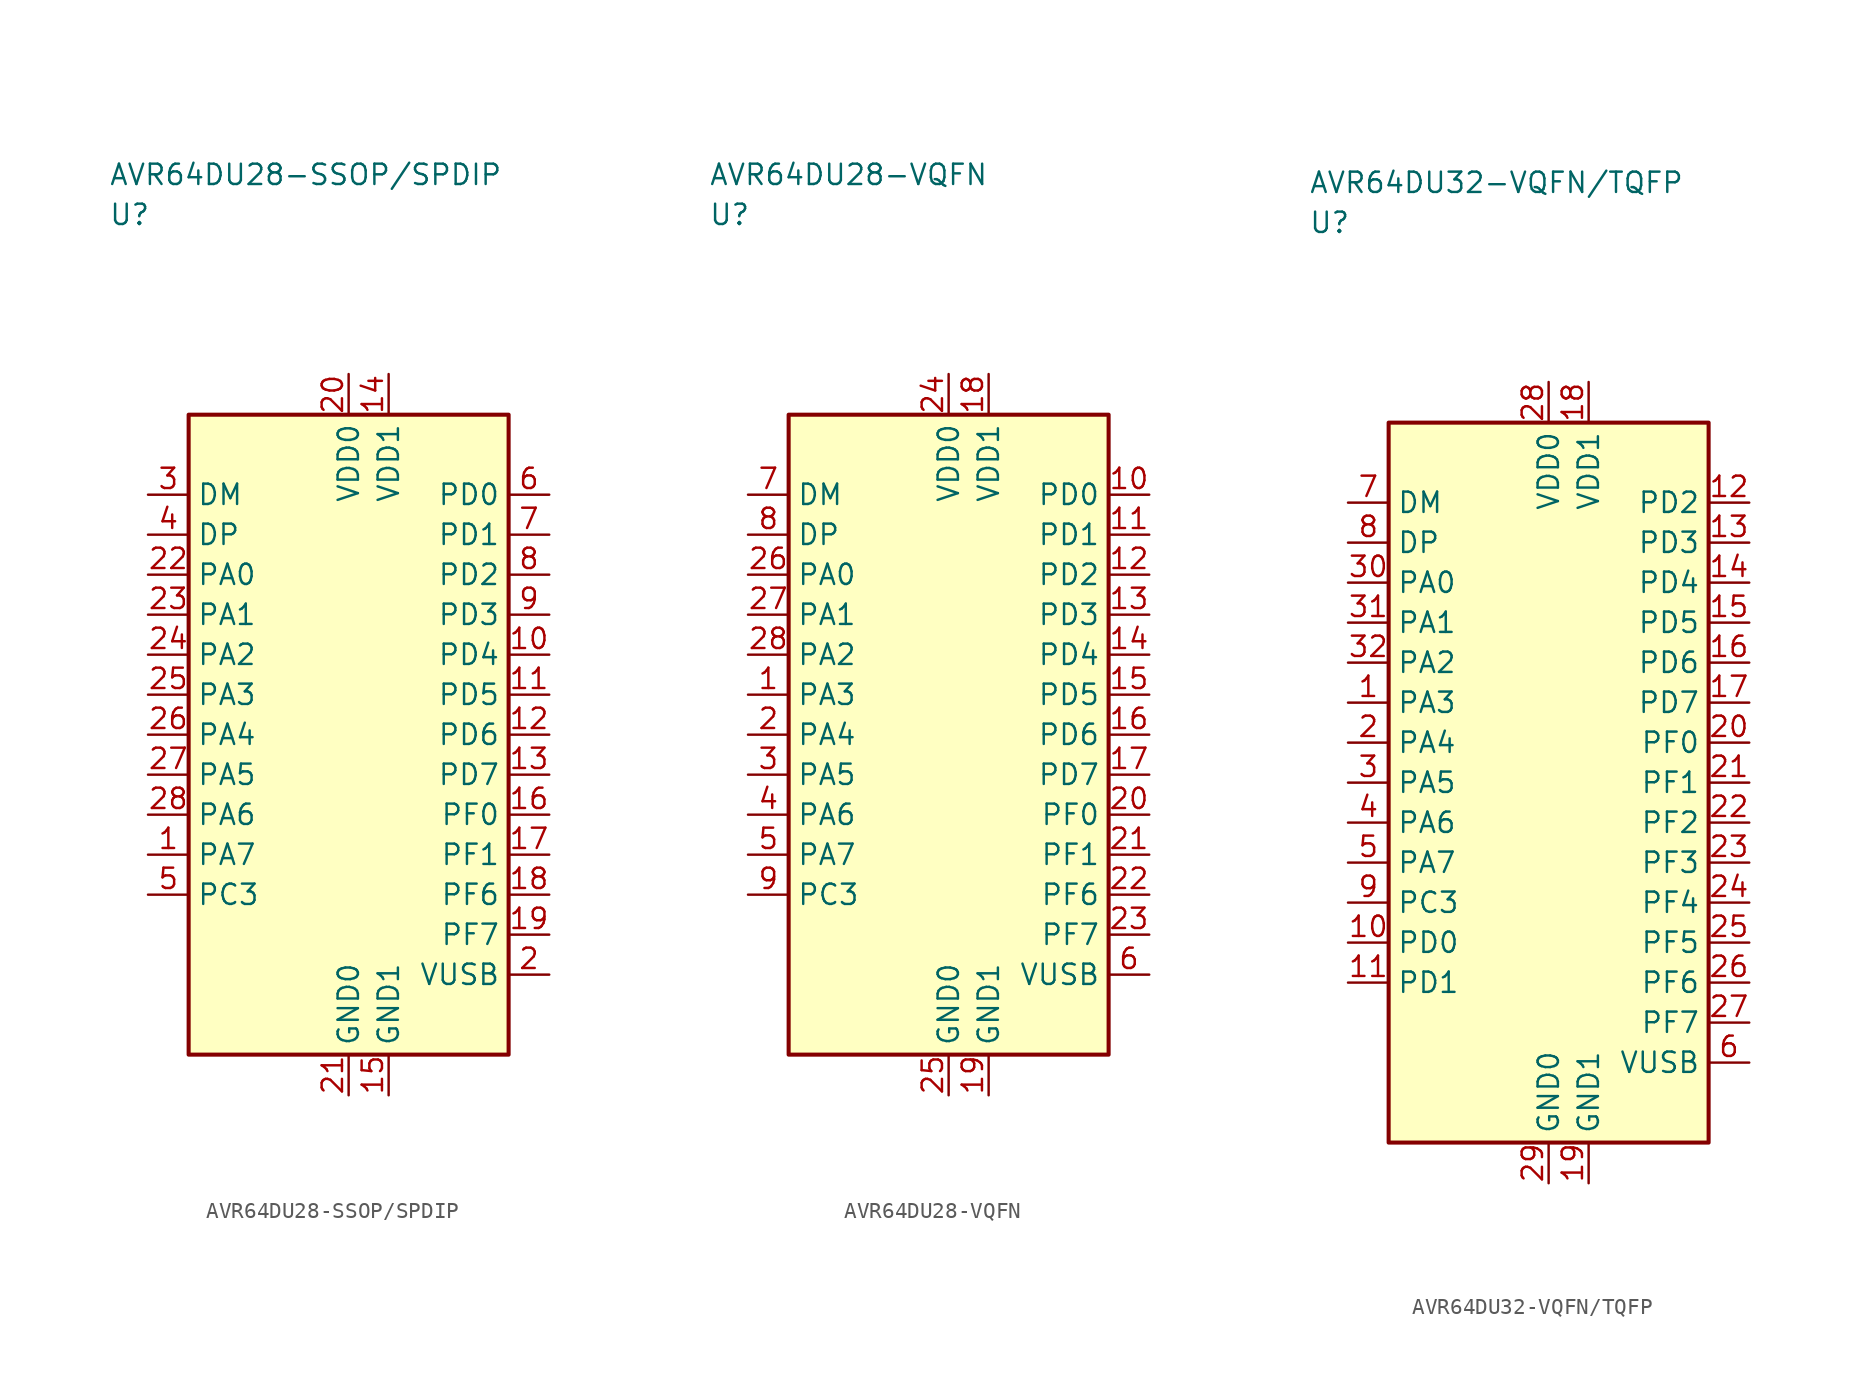
<source format=kicad_sym>
(kicad_symbol_lib
  (version 20241025)
  (generator "kicad_symbol_editor")
  (generator_version "8.0")
  (symbol "AVR64DU28-SSOP/SPDIP"
    (property "Reference" "U"
      (at -15.0 32.5 0)
      (effects (font (size 1.27 1.27)) (justify left)))
    (property "Value" "AVR64DU28-SSOP/SPDIP"
      (at -15.0 35.0 0)
      (effects (font (size 1.27 1.27)) (justify left)))
    (symbol "AVR64DU28-SSOP/SPDIP_0_1"
      (rectangle (start -10.0 20.0) (end 10.0 -20.0) (stroke (width 0.254) (type default)) (fill (type background))))
    (symbol "AVR64DU28-SSOP/SPDIP_1_1"
      (pin bidirectional line (at -12.54 -7.5 0.0) (length 2.54) (name "PA7" (effects (font (size 1.27 1.27)))) (number "1" (effects (font (size 1.27 1.27)))))
      (pin bidirectional line (at 12.54 -15.0 180.0) (length 2.54) (name "VUSB" (effects (font (size 1.27 1.27)))) (number "2" (effects (font (size 1.27 1.27)))))
      (pin bidirectional line (at -12.54 15.0 0.0) (length 2.54) (name "DM" (effects (font (size 1.27 1.27)))) (number "3" (effects (font (size 1.27 1.27)))))
      (pin bidirectional line (at -12.54 12.5 0.0) (length 2.54) (name "DP" (effects (font (size 1.27 1.27)))) (number "4" (effects (font (size 1.27 1.27)))))
      (pin bidirectional line (at -12.54 -10.0 0.0) (length 2.54) (name "PC3" (effects (font (size 1.27 1.27)))) (number "5" (effects (font (size 1.27 1.27)))))
      (pin bidirectional line (at 12.54 15.0 180.0) (length 2.54) (name "PD0" (effects (font (size 1.27 1.27)))) (number "6" (effects (font (size 1.27 1.27)))))
      (pin bidirectional line (at 12.54 12.5 180.0) (length 2.54) (name "PD1" (effects (font (size 1.27 1.27)))) (number "7" (effects (font (size 1.27 1.27)))))
      (pin bidirectional line (at 12.54 10.0 180.0) (length 2.54) (name "PD2" (effects (font (size 1.27 1.27)))) (number "8" (effects (font (size 1.27 1.27)))))
      (pin bidirectional line (at 12.54 7.5 180.0) (length 2.54) (name "PD3" (effects (font (size 1.27 1.27)))) (number "9" (effects (font (size 1.27 1.27)))))
      (pin bidirectional line (at 12.54 5.0 180.0) (length 2.54) (name "PD4" (effects (font (size 1.27 1.27)))) (number "10" (effects (font (size 1.27 1.27)))))
      (pin bidirectional line (at 12.54 2.5 180.0) (length 2.54) (name "PD5" (effects (font (size 1.27 1.27)))) (number "11" (effects (font (size 1.27 1.27)))))
      (pin bidirectional line (at 12.54 0.0 180.0) (length 2.54) (name "PD6" (effects (font (size 1.27 1.27)))) (number "12" (effects (font (size 1.27 1.27)))))
      (pin bidirectional line (at 12.54 -2.5 180.0) (length 2.54) (name "PD7" (effects (font (size 1.27 1.27)))) (number "13" (effects (font (size 1.27 1.27)))))
      (pin power_in line (at 2.5 22.54 270.0) (length 2.54) (name "VDD1" (effects (font (size 1.27 1.27)))) (number "14" (effects (font (size 1.27 1.27)))))
      (pin passive line (at 2.5 -22.54 90.0) (length 2.54) (name "GND1" (effects (font (size 1.27 1.27)))) (number "15" (effects (font (size 1.27 1.27)))))
      (pin bidirectional line (at 12.54 -5.0 180.0) (length 2.54) (name "PF0" (effects (font (size 1.27 1.27)))) (number "16" (effects (font (size 1.27 1.27)))))
      (pin bidirectional line (at 12.54 -7.5 180.0) (length 2.54) (name "PF1" (effects (font (size 1.27 1.27)))) (number "17" (effects (font (size 1.27 1.27)))))
      (pin bidirectional line (at 12.54 -10.0 180.0) (length 2.54) (name "PF6" (effects (font (size 1.27 1.27)))) (number "18" (effects (font (size 1.27 1.27)))))
      (pin bidirectional line (at 12.54 -12.5 180.0) (length 2.54) (name "PF7" (effects (font (size 1.27 1.27)))) (number "19" (effects (font (size 1.27 1.27)))))
      (pin power_in line (at 0.0 22.54 270.0) (length 2.54) (name "VDD0" (effects (font (size 1.27 1.27)))) (number "20" (effects (font (size 1.27 1.27)))))
      (pin passive line (at 0.0 -22.54 90.0) (length 2.54) (name "GND0" (effects (font (size 1.27 1.27)))) (number "21" (effects (font (size 1.27 1.27)))))
      (pin bidirectional line (at -12.54 10.0 0.0) (length 2.54) (name "PA0" (effects (font (size 1.27 1.27)))) (number "22" (effects (font (size 1.27 1.27)))))
      (pin bidirectional line (at -12.54 7.5 0.0) (length 2.54) (name "PA1" (effects (font (size 1.27 1.27)))) (number "23" (effects (font (size 1.27 1.27)))))
      (pin bidirectional line (at -12.54 5.0 0.0) (length 2.54) (name "PA2" (effects (font (size 1.27 1.27)))) (number "24" (effects (font (size 1.27 1.27)))))
      (pin bidirectional line (at -12.54 2.5 0.0) (length 2.54) (name "PA3" (effects (font (size 1.27 1.27)))) (number "25" (effects (font (size 1.27 1.27)))))
      (pin bidirectional line (at -12.54 0.0 0.0) (length 2.54) (name "PA4" (effects (font (size 1.27 1.27)))) (number "26" (effects (font (size 1.27 1.27)))))
      (pin bidirectional line (at -12.54 -2.5 0.0) (length 2.54) (name "PA5" (effects (font (size 1.27 1.27)))) (number "27" (effects (font (size 1.27 1.27)))))
      (pin bidirectional line (at -12.54 -5.0 0.0) (length 2.54) (name "PA6" (effects (font (size 1.27 1.27)))) (number "28" (effects (font (size 1.27 1.27)))))))
  (symbol "AVR64DU28-VQFN"
    (property "Reference" "U"
      (at -15.0 32.5 0)
      (effects (font (size 1.27 1.27)) (justify left)))
    (property "Value" "AVR64DU28-VQFN"
      (at -15.0 35.0 0)
      (effects (font (size 1.27 1.27)) (justify left)))
    (symbol "AVR64DU28-VQFN_0_1"
      (rectangle (start -10.0 20.0) (end 10.0 -20.0) (stroke (width 0.254) (type default)) (fill (type background))))
    (symbol "AVR64DU28-VQFN_1_1"
      (pin bidirectional line (at -12.54 2.5 0.0) (length 2.54) (name "PA3" (effects (font (size 1.27 1.27)))) (number "1" (effects (font (size 1.27 1.27)))))
      (pin bidirectional line (at -12.54 0.0 0.0) (length 2.54) (name "PA4" (effects (font (size 1.27 1.27)))) (number "2" (effects (font (size 1.27 1.27)))))
      (pin bidirectional line (at -12.54 -2.5 0.0) (length 2.54) (name "PA5" (effects (font (size 1.27 1.27)))) (number "3" (effects (font (size 1.27 1.27)))))
      (pin bidirectional line (at -12.54 -5.0 0.0) (length 2.54) (name "PA6" (effects (font (size 1.27 1.27)))) (number "4" (effects (font (size 1.27 1.27)))))
      (pin bidirectional line (at -12.54 -7.5 0.0) (length 2.54) (name "PA7" (effects (font (size 1.27 1.27)))) (number "5" (effects (font (size 1.27 1.27)))))
      (pin bidirectional line (at 12.54 -15.0 180.0) (length 2.54) (name "VUSB" (effects (font (size 1.27 1.27)))) (number "6" (effects (font (size 1.27 1.27)))))
      (pin bidirectional line (at -12.54 15.0 0.0) (length 2.54) (name "DM" (effects (font (size 1.27 1.27)))) (number "7" (effects (font (size 1.27 1.27)))))
      (pin bidirectional line (at -12.54 12.5 0.0) (length 2.54) (name "DP" (effects (font (size 1.27 1.27)))) (number "8" (effects (font (size 1.27 1.27)))))
      (pin bidirectional line (at -12.54 -10.0 0.0) (length 2.54) (name "PC3" (effects (font (size 1.27 1.27)))) (number "9" (effects (font (size 1.27 1.27)))))
      (pin bidirectional line (at 12.54 15.0 180.0) (length 2.54) (name "PD0" (effects (font (size 1.27 1.27)))) (number "10" (effects (font (size 1.27 1.27)))))
      (pin bidirectional line (at 12.54 12.5 180.0) (length 2.54) (name "PD1" (effects (font (size 1.27 1.27)))) (number "11" (effects (font (size 1.27 1.27)))))
      (pin bidirectional line (at 12.54 10.0 180.0) (length 2.54) (name "PD2" (effects (font (size 1.27 1.27)))) (number "12" (effects (font (size 1.27 1.27)))))
      (pin bidirectional line (at 12.54 7.5 180.0) (length 2.54) (name "PD3" (effects (font (size 1.27 1.27)))) (number "13" (effects (font (size 1.27 1.27)))))
      (pin bidirectional line (at 12.54 5.0 180.0) (length 2.54) (name "PD4" (effects (font (size 1.27 1.27)))) (number "14" (effects (font (size 1.27 1.27)))))
      (pin bidirectional line (at 12.54 2.5 180.0) (length 2.54) (name "PD5" (effects (font (size 1.27 1.27)))) (number "15" (effects (font (size 1.27 1.27)))))
      (pin bidirectional line (at 12.54 0.0 180.0) (length 2.54) (name "PD6" (effects (font (size 1.27 1.27)))) (number "16" (effects (font (size 1.27 1.27)))))
      (pin bidirectional line (at 12.54 -2.5 180.0) (length 2.54) (name "PD7" (effects (font (size 1.27 1.27)))) (number "17" (effects (font (size 1.27 1.27)))))
      (pin power_in line (at 2.5 22.54 270.0) (length 2.54) (name "VDD1" (effects (font (size 1.27 1.27)))) (number "18" (effects (font (size 1.27 1.27)))))
      (pin passive line (at 2.5 -22.54 90.0) (length 2.54) (name "GND1" (effects (font (size 1.27 1.27)))) (number "19" (effects (font (size 1.27 1.27)))))
      (pin bidirectional line (at 12.54 -5.0 180.0) (length 2.54) (name "PF0" (effects (font (size 1.27 1.27)))) (number "20" (effects (font (size 1.27 1.27)))))
      (pin bidirectional line (at 12.54 -7.5 180.0) (length 2.54) (name "PF1" (effects (font (size 1.27 1.27)))) (number "21" (effects (font (size 1.27 1.27)))))
      (pin bidirectional line (at 12.54 -10.0 180.0) (length 2.54) (name "PF6" (effects (font (size 1.27 1.27)))) (number "22" (effects (font (size 1.27 1.27)))))
      (pin bidirectional line (at 12.54 -12.5 180.0) (length 2.54) (name "PF7" (effects (font (size 1.27 1.27)))) (number "23" (effects (font (size 1.27 1.27)))))
      (pin power_in line (at 0.0 22.54 270.0) (length 2.54) (name "VDD0" (effects (font (size 1.27 1.27)))) (number "24" (effects (font (size 1.27 1.27)))))
      (pin passive line (at 0.0 -22.54 90.0) (length 2.54) (name "GND0" (effects (font (size 1.27 1.27)))) (number "25" (effects (font (size 1.27 1.27)))))
      (pin bidirectional line (at -12.54 10.0 0.0) (length 2.54) (name "PA0" (effects (font (size 1.27 1.27)))) (number "26" (effects (font (size 1.27 1.27)))))
      (pin bidirectional line (at -12.54 7.5 0.0) (length 2.54) (name "PA1" (effects (font (size 1.27 1.27)))) (number "27" (effects (font (size 1.27 1.27)))))
      (pin bidirectional line (at -12.54 5.0 0.0) (length 2.54) (name "PA2" (effects (font (size 1.27 1.27)))) (number "28" (effects (font (size 1.27 1.27)))))))
  (symbol "AVR64DU32-VQFN/TQFP"
    (property "Reference" "U"
      (at -15.0 35.0 0)
      (effects (font (size 1.27 1.27)) (justify left)))
    (property "Value" "AVR64DU32-VQFN/TQFP"
      (at -15.0 37.5 0)
      (effects (font (size 1.27 1.27)) (justify left)))
    (symbol "AVR64DU32-VQFN/TQFP_0_1"
      (rectangle (start -10.0 22.5) (end 10.0 -22.5) (stroke (width 0.254) (type default)) (fill (type background))))
    (symbol "AVR64DU32-VQFN/TQFP_1_1"
      (pin bidirectional line (at -12.54 5.0 0.0) (length 2.54) (name "PA3" (effects (font (size 1.27 1.27)))) (number "1" (effects (font (size 1.27 1.27)))))
      (pin bidirectional line (at -12.54 2.5 0.0) (length 2.54) (name "PA4" (effects (font (size 1.27 1.27)))) (number "2" (effects (font (size 1.27 1.27)))))
      (pin bidirectional line (at -12.54 0.0 0.0) (length 2.54) (name "PA5" (effects (font (size 1.27 1.27)))) (number "3" (effects (font (size 1.27 1.27)))))
      (pin bidirectional line (at -12.54 -2.5 0.0) (length 2.54) (name "PA6" (effects (font (size 1.27 1.27)))) (number "4" (effects (font (size 1.27 1.27)))))
      (pin bidirectional line (at -12.54 -5.0 0.0) (length 2.54) (name "PA7" (effects (font (size 1.27 1.27)))) (number "5" (effects (font (size 1.27 1.27)))))
      (pin bidirectional line (at 12.54 -17.5 180.0) (length 2.54) (name "VUSB" (effects (font (size 1.27 1.27)))) (number "6" (effects (font (size 1.27 1.27)))))
      (pin bidirectional line (at -12.54 17.5 0.0) (length 2.54) (name "DM" (effects (font (size 1.27 1.27)))) (number "7" (effects (font (size 1.27 1.27)))))
      (pin bidirectional line (at -12.54 15.0 0.0) (length 2.54) (name "DP" (effects (font (size 1.27 1.27)))) (number "8" (effects (font (size 1.27 1.27)))))
      (pin bidirectional line (at -12.54 -7.5 0.0) (length 2.54) (name "PC3" (effects (font (size 1.27 1.27)))) (number "9" (effects (font (size 1.27 1.27)))))
      (pin bidirectional line (at -12.54 -10.0 0.0) (length 2.54) (name "PD0" (effects (font (size 1.27 1.27)))) (number "10" (effects (font (size 1.27 1.27)))))
      (pin bidirectional line (at -12.54 -12.5 0.0) (length 2.54) (name "PD1" (effects (font (size 1.27 1.27)))) (number "11" (effects (font (size 1.27 1.27)))))
      (pin bidirectional line (at 12.54 17.5 180.0) (length 2.54) (name "PD2" (effects (font (size 1.27 1.27)))) (number "12" (effects (font (size 1.27 1.27)))))
      (pin bidirectional line (at 12.54 15.0 180.0) (length 2.54) (name "PD3" (effects (font (size 1.27 1.27)))) (number "13" (effects (font (size 1.27 1.27)))))
      (pin bidirectional line (at 12.54 12.5 180.0) (length 2.54) (name "PD4" (effects (font (size 1.27 1.27)))) (number "14" (effects (font (size 1.27 1.27)))))
      (pin bidirectional line (at 12.54 10.0 180.0) (length 2.54) (name "PD5" (effects (font (size 1.27 1.27)))) (number "15" (effects (font (size 1.27 1.27)))))
      (pin bidirectional line (at 12.54 7.5 180.0) (length 2.54) (name "PD6" (effects (font (size 1.27 1.27)))) (number "16" (effects (font (size 1.27 1.27)))))
      (pin bidirectional line (at 12.54 5.0 180.0) (length 2.54) (name "PD7" (effects (font (size 1.27 1.27)))) (number "17" (effects (font (size 1.27 1.27)))))
      (pin power_in line (at 2.5 25.04 270.0) (length 2.54) (name "VDD1" (effects (font (size 1.27 1.27)))) (number "18" (effects (font (size 1.27 1.27)))))
      (pin passive line (at 2.5 -25.04 90.0) (length 2.54) (name "GND1" (effects (font (size 1.27 1.27)))) (number "19" (effects (font (size 1.27 1.27)))))
      (pin bidirectional line (at 12.54 2.5 180.0) (length 2.54) (name "PF0" (effects (font (size 1.27 1.27)))) (number "20" (effects (font (size 1.27 1.27)))))
      (pin bidirectional line (at 12.54 0.0 180.0) (length 2.54) (name "PF1" (effects (font (size 1.27 1.27)))) (number "21" (effects (font (size 1.27 1.27)))))
      (pin bidirectional line (at 12.54 -2.5 180.0) (length 2.54) (name "PF2" (effects (font (size 1.27 1.27)))) (number "22" (effects (font (size 1.27 1.27)))))
      (pin bidirectional line (at 12.54 -5.0 180.0) (length 2.54) (name "PF3" (effects (font (size 1.27 1.27)))) (number "23" (effects (font (size 1.27 1.27)))))
      (pin bidirectional line (at 12.54 -7.5 180.0) (length 2.54) (name "PF4" (effects (font (size 1.27 1.27)))) (number "24" (effects (font (size 1.27 1.27)))))
      (pin bidirectional line (at 12.54 -10.0 180.0) (length 2.54) (name "PF5" (effects (font (size 1.27 1.27)))) (number "25" (effects (font (size 1.27 1.27)))))
      (pin bidirectional line (at 12.54 -12.5 180.0) (length 2.54) (name "PF6" (effects (font (size 1.27 1.27)))) (number "26" (effects (font (size 1.27 1.27)))))
      (pin bidirectional line (at 12.54 -15.0 180.0) (length 2.54) (name "PF7" (effects (font (size 1.27 1.27)))) (number "27" (effects (font (size 1.27 1.27)))))
      (pin power_in line (at 0.0 25.04 270.0) (length 2.54) (name "VDD0" (effects (font (size 1.27 1.27)))) (number "28" (effects (font (size 1.27 1.27)))))
      (pin passive line (at 0.0 -25.04 90.0) (length 2.54) (name "GND0" (effects (font (size 1.27 1.27)))) (number "29" (effects (font (size 1.27 1.27)))))
      (pin bidirectional line (at -12.54 12.5 0.0) (length 2.54) (name "PA0" (effects (font (size 1.27 1.27)))) (number "30" (effects (font (size 1.27 1.27)))))
      (pin bidirectional line (at -12.54 10.0 0.0) (length 2.54) (name "PA1" (effects (font (size 1.27 1.27)))) (number "31" (effects (font (size 1.27 1.27)))))
      (pin bidirectional line (at -12.54 7.5 0.0) (length 2.54) (name "PA2" (effects (font (size 1.27 1.27)))) (number "32" (effects (font (size 1.27 1.27))))))))
</source>
